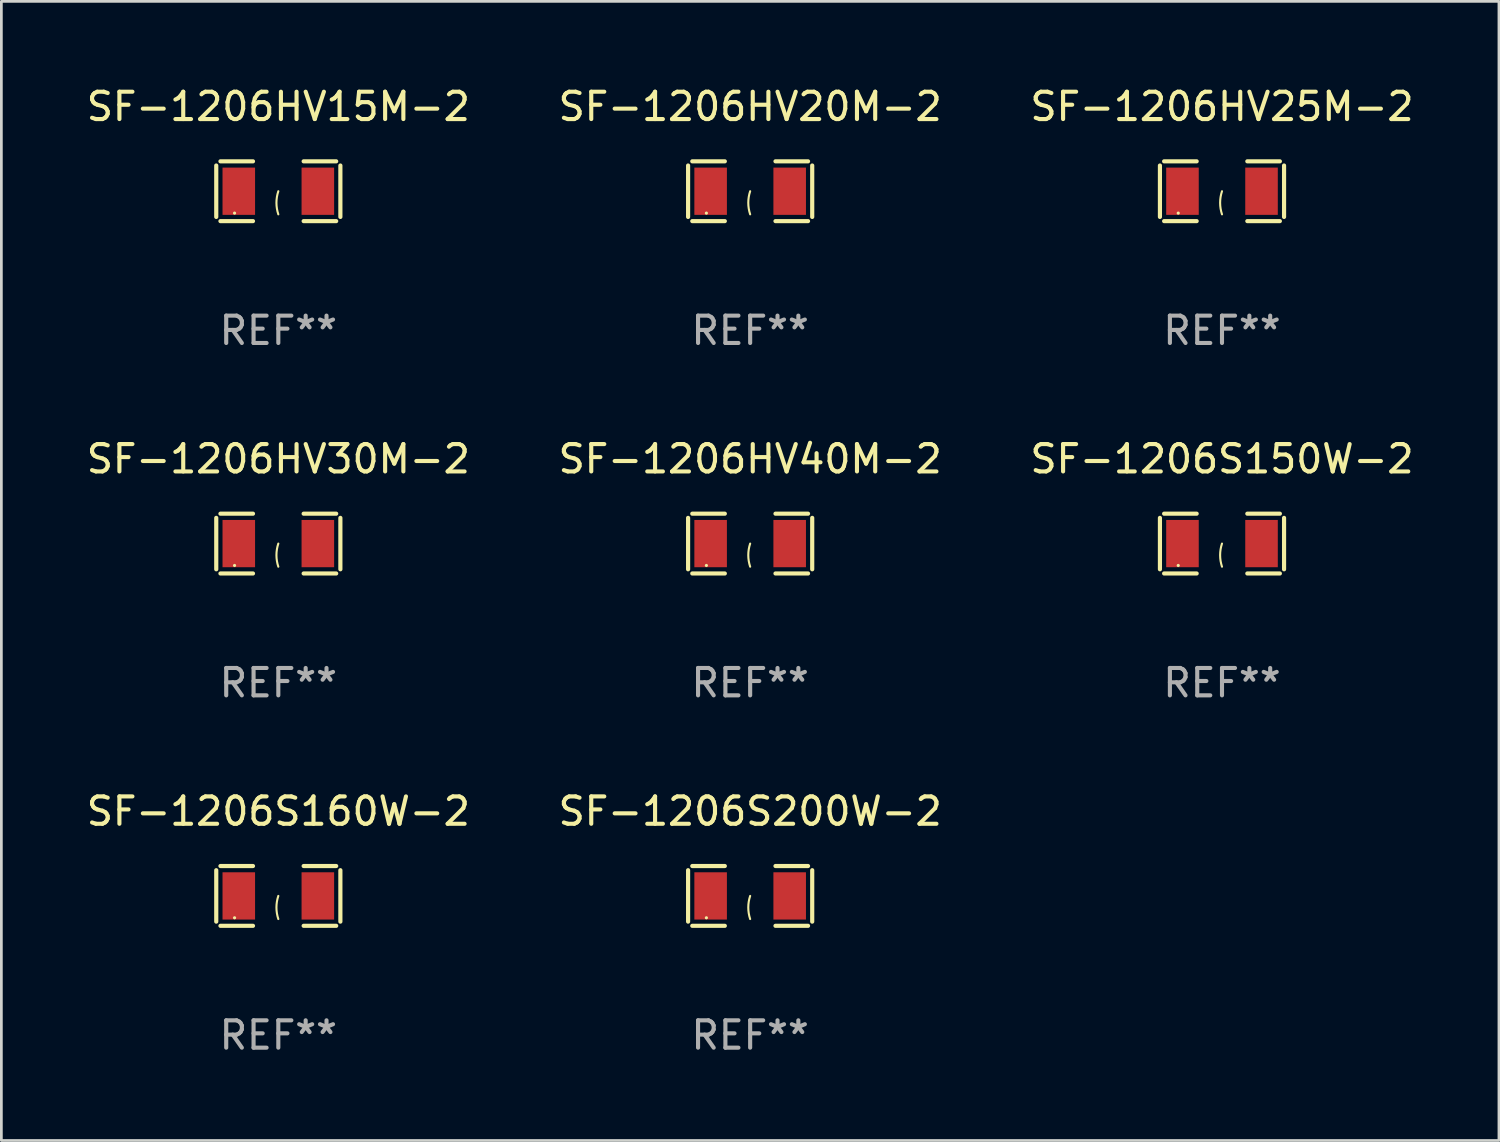
<source format=kicad_pcb>
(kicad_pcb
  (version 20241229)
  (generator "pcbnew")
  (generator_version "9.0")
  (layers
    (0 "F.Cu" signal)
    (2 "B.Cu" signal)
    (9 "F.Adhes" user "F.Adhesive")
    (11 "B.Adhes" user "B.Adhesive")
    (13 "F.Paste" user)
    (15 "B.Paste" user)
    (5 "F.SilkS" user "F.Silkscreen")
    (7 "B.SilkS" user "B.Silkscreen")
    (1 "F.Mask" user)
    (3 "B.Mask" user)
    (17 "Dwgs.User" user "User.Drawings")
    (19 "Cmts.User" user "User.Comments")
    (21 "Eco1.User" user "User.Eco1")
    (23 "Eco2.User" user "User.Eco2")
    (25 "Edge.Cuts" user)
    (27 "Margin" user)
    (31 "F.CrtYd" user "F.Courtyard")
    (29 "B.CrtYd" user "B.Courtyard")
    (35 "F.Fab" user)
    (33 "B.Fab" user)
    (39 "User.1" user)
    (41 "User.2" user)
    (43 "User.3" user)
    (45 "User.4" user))
  (footprint "SF-1206HV15M-2"
    (layer "F.Cu")
    (at 7.125 3.941)
    (property "Reference" "SF-1206HV15M-2" (at 0 -3.093 0) (layer "F.SilkS") (effects (font (size 1 1) (thickness 0.15))))
    (attr through_hole)
    (fp_line (start -2.269 -0.94) (end -2.269 0.94) (stroke (width 0.152) (type solid)) (layer "F.SilkS"))
    (fp_line (start -2.116 1.093) (end -0.926 1.093) (stroke (width 0.152) (type solid)) (layer "F.SilkS"))
    (fp_line (start -0.926 -1.093) (end -2.116 -1.093) (stroke (width 0.152) (type solid)) (layer "F.SilkS"))
    (fp_line (start 0.926 -1.093) (end 2.116 -1.093) (stroke (width 0.152) (type solid)) (layer "F.SilkS"))
    (fp_line (start 2.116 1.093) (end 0.926 1.093) (stroke (width 0.152) (type solid)) (layer "F.SilkS"))
    (fp_line (start 2.269 -0.94) (end 2.269 0.94) (stroke (width 0.152) (type solid)) (layer "F.SilkS"))
    (fp_arc (start 0 0.844951) (mid -0.068559 0.422475) (end 0 0) (stroke (width 0.0762) (type solid)) (layer "F.SilkS"))
    (fp_circle (center -1.6 0.8) (end -1.57 0.8) (stroke (width 0.06) (type solid)) (fill no) (layer "F.SilkS"))
    (fp_text user "REF**" (at 0 5.093 0) (layer "F.Fab") (effects (font (size 1 1) (thickness 0.15))))
    (pad "1" smd rect (at -1.445 0) (size 1.19 1.728) (layers "F.Cu" "F.Mask" "F.Paste"))
    (pad "2" smd rect (at 1.445 0) (size 1.19 1.728) (layers "F.Cu" "F.Mask" "F.Paste")))
  (footprint "SF-1206HV40M-2"
    (layer "F.Cu")
    (at 24.375 16.823)
    (property "Reference" "SF-1206HV40M-2" (at 0 -3.093 0) (layer "F.SilkS") (effects (font (size 1 1) (thickness 0.15))))
    (attr through_hole)
    (fp_line (start -2.269 -0.94) (end -2.269 0.94) (stroke (width 0.152) (type solid)) (layer "F.SilkS"))
    (fp_line (start -2.116 1.093) (end -0.926 1.093) (stroke (width 0.152) (type solid)) (layer "F.SilkS"))
    (fp_line (start -0.926 -1.093) (end -2.116 -1.093) (stroke (width 0.152) (type solid)) (layer "F.SilkS"))
    (fp_line (start 0.926 -1.093) (end 2.116 -1.093) (stroke (width 0.152) (type solid)) (layer "F.SilkS"))
    (fp_line (start 2.116 1.093) (end 0.926 1.093) (stroke (width 0.152) (type solid)) (layer "F.SilkS"))
    (fp_line (start 2.269 -0.94) (end 2.269 0.94) (stroke (width 0.152) (type solid)) (layer "F.SilkS"))
    (fp_arc (start 0 0.844951) (mid -0.068559 0.422475) (end 0 0) (stroke (width 0.0762) (type solid)) (layer "F.SilkS"))
    (fp_circle (center -1.6 0.8) (end -1.57 0.8) (stroke (width 0.06) (type solid)) (fill no) (layer "F.SilkS"))
    (fp_text user "REF**" (at 0 5.093 0) (layer "F.Fab") (effects (font (size 1 1) (thickness 0.15))))
    (pad "1" smd rect (at -1.445 0) (size 1.19 1.728) (layers "F.Cu" "F.Mask" "F.Paste"))
    (pad "2" smd rect (at 1.445 0) (size 1.19 1.728) (layers "F.Cu" "F.Mask" "F.Paste")))
  (footprint "SF-1206S150W-2"
    (layer "F.Cu")
    (at 41.625 16.823)
    (property "Reference" "SF-1206S150W-2" (at 0 -3.093 0) (layer "F.SilkS") (effects (font (size 1 1) (thickness 0.15))))
    (attr through_hole)
    (fp_line (start -2.269 -0.94) (end -2.269 0.94) (stroke (width 0.152) (type solid)) (layer "F.SilkS"))
    (fp_line (start -2.116 1.093) (end -0.926 1.093) (stroke (width 0.152) (type solid)) (layer "F.SilkS"))
    (fp_line (start -0.926 -1.093) (end -2.116 -1.093) (stroke (width 0.152) (type solid)) (layer "F.SilkS"))
    (fp_line (start 0.926 -1.093) (end 2.116 -1.093) (stroke (width 0.152) (type solid)) (layer "F.SilkS"))
    (fp_line (start 2.116 1.093) (end 0.926 1.093) (stroke (width 0.152) (type solid)) (layer "F.SilkS"))
    (fp_line (start 2.269 -0.94) (end 2.269 0.94) (stroke (width 0.152) (type solid)) (layer "F.SilkS"))
    (fp_arc (start 0 0.844951) (mid -0.068559 0.422475) (end 0 0) (stroke (width 0.0762) (type solid)) (layer "F.SilkS"))
    (fp_circle (center -1.6 0.8) (end -1.57 0.8) (stroke (width 0.06) (type solid)) (fill no) (layer "F.SilkS"))
    (fp_text user "REF**" (at 0 5.093 0) (layer "F.Fab") (effects (font (size 1 1) (thickness 0.15))))
    (pad "1" smd rect (at -1.445 0) (size 1.19 1.728) (layers "F.Cu" "F.Mask" "F.Paste"))
    (pad "2" smd rect (at 1.445 0) (size 1.19 1.728) (layers "F.Cu" "F.Mask" "F.Paste")))
  (footprint "SF-1206HV20M-2"
    (layer "F.Cu")
    (at 24.375 3.941)
    (property "Reference" "SF-1206HV20M-2" (at 0 -3.093 0) (layer "F.SilkS") (effects (font (size 1 1) (thickness 0.15))))
    (attr through_hole)
    (fp_line (start -2.269 -0.94) (end -2.269 0.94) (stroke (width 0.152) (type solid)) (layer "F.SilkS"))
    (fp_line (start -2.116 1.093) (end -0.926 1.093) (stroke (width 0.152) (type solid)) (layer "F.SilkS"))
    (fp_line (start -0.926 -1.093) (end -2.116 -1.093) (stroke (width 0.152) (type solid)) (layer "F.SilkS"))
    (fp_line (start 0.926 -1.093) (end 2.116 -1.093) (stroke (width 0.152) (type solid)) (layer "F.SilkS"))
    (fp_line (start 2.116 1.093) (end 0.926 1.093) (stroke (width 0.152) (type solid)) (layer "F.SilkS"))
    (fp_line (start 2.269 -0.94) (end 2.269 0.94) (stroke (width 0.152) (type solid)) (layer "F.SilkS"))
    (fp_arc (start 0 0.844951) (mid -0.068559 0.422475) (end 0 0) (stroke (width 0.0762) (type solid)) (layer "F.SilkS"))
    (fp_circle (center -1.6 0.8) (end -1.57 0.8) (stroke (width 0.06) (type solid)) (fill no) (layer "F.SilkS"))
    (fp_text user "REF**" (at 0 5.093 0) (layer "F.Fab") (effects (font (size 1 1) (thickness 0.15))))
    (pad "1" smd rect (at -1.445 0) (size 1.19 1.728) (layers "F.Cu" "F.Mask" "F.Paste"))
    (pad "2" smd rect (at 1.445 0) (size 1.19 1.728) (layers "F.Cu" "F.Mask" "F.Paste")))
  (footprint "SF-1206S200W-2"
    (layer "F.Cu")
    (at 24.375 29.704)
    (property "Reference" "SF-1206S200W-2" (at 0 -3.093 0) (layer "F.SilkS") (effects (font (size 1 1) (thickness 0.15))))
    (attr through_hole)
    (fp_line (start -2.269 -0.94) (end -2.269 0.94) (stroke (width 0.152) (type solid)) (layer "F.SilkS"))
    (fp_line (start -2.116 1.093) (end -0.926 1.093) (stroke (width 0.152) (type solid)) (layer "F.SilkS"))
    (fp_line (start -0.926 -1.093) (end -2.116 -1.093) (stroke (width 0.152) (type solid)) (layer "F.SilkS"))
    (fp_line (start 0.926 -1.093) (end 2.116 -1.093) (stroke (width 0.152) (type solid)) (layer "F.SilkS"))
    (fp_line (start 2.116 1.093) (end 0.926 1.093) (stroke (width 0.152) (type solid)) (layer "F.SilkS"))
    (fp_line (start 2.269 -0.94) (end 2.269 0.94) (stroke (width 0.152) (type solid)) (layer "F.SilkS"))
    (fp_arc (start 0 0.844951) (mid -0.068559 0.422475) (end 0 0) (stroke (width 0.0762) (type solid)) (layer "F.SilkS"))
    (fp_circle (center -1.6 0.8) (end -1.57 0.8) (stroke (width 0.06) (type solid)) (fill no) (layer "F.SilkS"))
    (fp_text user "REF**" (at 0 5.093 0) (layer "F.Fab") (effects (font (size 1 1) (thickness 0.15))))
    (pad "1" smd rect (at -1.445 0) (size 1.19 1.728) (layers "F.Cu" "F.Mask" "F.Paste"))
    (pad "2" smd rect (at 1.445 0) (size 1.19 1.728) (layers "F.Cu" "F.Mask" "F.Paste")))
  (footprint "SF-1206HV25M-2"
    (layer "F.Cu")
    (at 41.625 3.941)
    (property "Reference" "SF-1206HV25M-2" (at 0 -3.093 0) (layer "F.SilkS") (effects (font (size 1 1) (thickness 0.15))))
    (attr through_hole)
    (fp_line (start -2.269 -0.94) (end -2.269 0.94) (stroke (width 0.152) (type solid)) (layer "F.SilkS"))
    (fp_line (start -2.116 1.093) (end -0.926 1.093) (stroke (width 0.152) (type solid)) (layer "F.SilkS"))
    (fp_line (start -0.926 -1.093) (end -2.116 -1.093) (stroke (width 0.152) (type solid)) (layer "F.SilkS"))
    (fp_line (start 0.926 -1.093) (end 2.116 -1.093) (stroke (width 0.152) (type solid)) (layer "F.SilkS"))
    (fp_line (start 2.116 1.093) (end 0.926 1.093) (stroke (width 0.152) (type solid)) (layer "F.SilkS"))
    (fp_line (start 2.269 -0.94) (end 2.269 0.94) (stroke (width 0.152) (type solid)) (layer "F.SilkS"))
    (fp_arc (start 0 0.844951) (mid -0.068559 0.422475) (end 0 0) (stroke (width 0.0762) (type solid)) (layer "F.SilkS"))
    (fp_circle (center -1.6 0.8) (end -1.57 0.8) (stroke (width 0.06) (type solid)) (fill no) (layer "F.SilkS"))
    (fp_text user "REF**" (at 0 5.093 0) (layer "F.Fab") (effects (font (size 1 1) (thickness 0.15))))
    (pad "1" smd rect (at -1.445 0) (size 1.19 1.728) (layers "F.Cu" "F.Mask" "F.Paste"))
    (pad "2" smd rect (at 1.445 0) (size 1.19 1.728) (layers "F.Cu" "F.Mask" "F.Paste")))
  (footprint "SF-1206S160W-2"
    (layer "F.Cu")
    (at 7.125 29.704)
    (property "Reference" "SF-1206S160W-2" (at 0 -3.093 0) (layer "F.SilkS") (effects (font (size 1 1) (thickness 0.15))))
    (attr through_hole)
    (fp_line (start -2.269 -0.94) (end -2.269 0.94) (stroke (width 0.152) (type solid)) (layer "F.SilkS"))
    (fp_line (start -2.116 1.093) (end -0.926 1.093) (stroke (width 0.152) (type solid)) (layer "F.SilkS"))
    (fp_line (start -0.926 -1.093) (end -2.116 -1.093) (stroke (width 0.152) (type solid)) (layer "F.SilkS"))
    (fp_line (start 0.926 -1.093) (end 2.116 -1.093) (stroke (width 0.152) (type solid)) (layer "F.SilkS"))
    (fp_line (start 2.116 1.093) (end 0.926 1.093) (stroke (width 0.152) (type solid)) (layer "F.SilkS"))
    (fp_line (start 2.269 -0.94) (end 2.269 0.94) (stroke (width 0.152) (type solid)) (layer "F.SilkS"))
    (fp_arc (start 0 0.844951) (mid -0.068559 0.422475) (end 0 0) (stroke (width 0.0762) (type solid)) (layer "F.SilkS"))
    (fp_circle (center -1.6 0.8) (end -1.57 0.8) (stroke (width 0.06) (type solid)) (fill no) (layer "F.SilkS"))
    (fp_text user "REF**" (at 0 5.093 0) (layer "F.Fab") (effects (font (size 1 1) (thickness 0.15))))
    (pad "1" smd rect (at -1.445 0) (size 1.19 1.728) (layers "F.Cu" "F.Mask" "F.Paste"))
    (pad "2" smd rect (at 1.445 0) (size 1.19 1.728) (layers "F.Cu" "F.Mask" "F.Paste")))
  (footprint "SF-1206HV30M-2"
    (layer "F.Cu")
    (at 7.125 16.823)
    (property "Reference" "SF-1206HV30M-2" (at 0 -3.093 0) (layer "F.SilkS") (effects (font (size 1 1) (thickness 0.15))))
    (attr through_hole)
    (fp_line (start -2.269 -0.94) (end -2.269 0.94) (stroke (width 0.152) (type solid)) (layer "F.SilkS"))
    (fp_line (start -2.116 1.093) (end -0.926 1.093) (stroke (width 0.152) (type solid)) (layer "F.SilkS"))
    (fp_line (start -0.926 -1.093) (end -2.116 -1.093) (stroke (width 0.152) (type solid)) (layer "F.SilkS"))
    (fp_line (start 0.926 -1.093) (end 2.116 -1.093) (stroke (width 0.152) (type solid)) (layer "F.SilkS"))
    (fp_line (start 2.116 1.093) (end 0.926 1.093) (stroke (width 0.152) (type solid)) (layer "F.SilkS"))
    (fp_line (start 2.269 -0.94) (end 2.269 0.94) (stroke (width 0.152) (type solid)) (layer "F.SilkS"))
    (fp_arc (start 0 0.844951) (mid -0.068559 0.422475) (end 0 0) (stroke (width 0.0762) (type solid)) (layer "F.SilkS"))
    (fp_circle (center -1.6 0.8) (end -1.57 0.8) (stroke (width 0.06) (type solid)) (fill no) (layer "F.SilkS"))
    (fp_text user "REF**" (at 0 5.093 0) (layer "F.Fab") (effects (font (size 1 1) (thickness 0.15))))
    (pad "1" smd rect (at -1.445 0) (size 1.19 1.728) (layers "F.Cu" "F.Mask" "F.Paste"))
    (pad "2" smd rect (at 1.445 0) (size 1.19 1.728) (layers "F.Cu" "F.Mask" "F.Paste")))
  (gr_rect
    (start -3 -3)
    (end 51.75 38.645)
    (stroke (width 0.1) (type default))
    (fill no)
    (layer "Edge.Cuts")))
</source>
